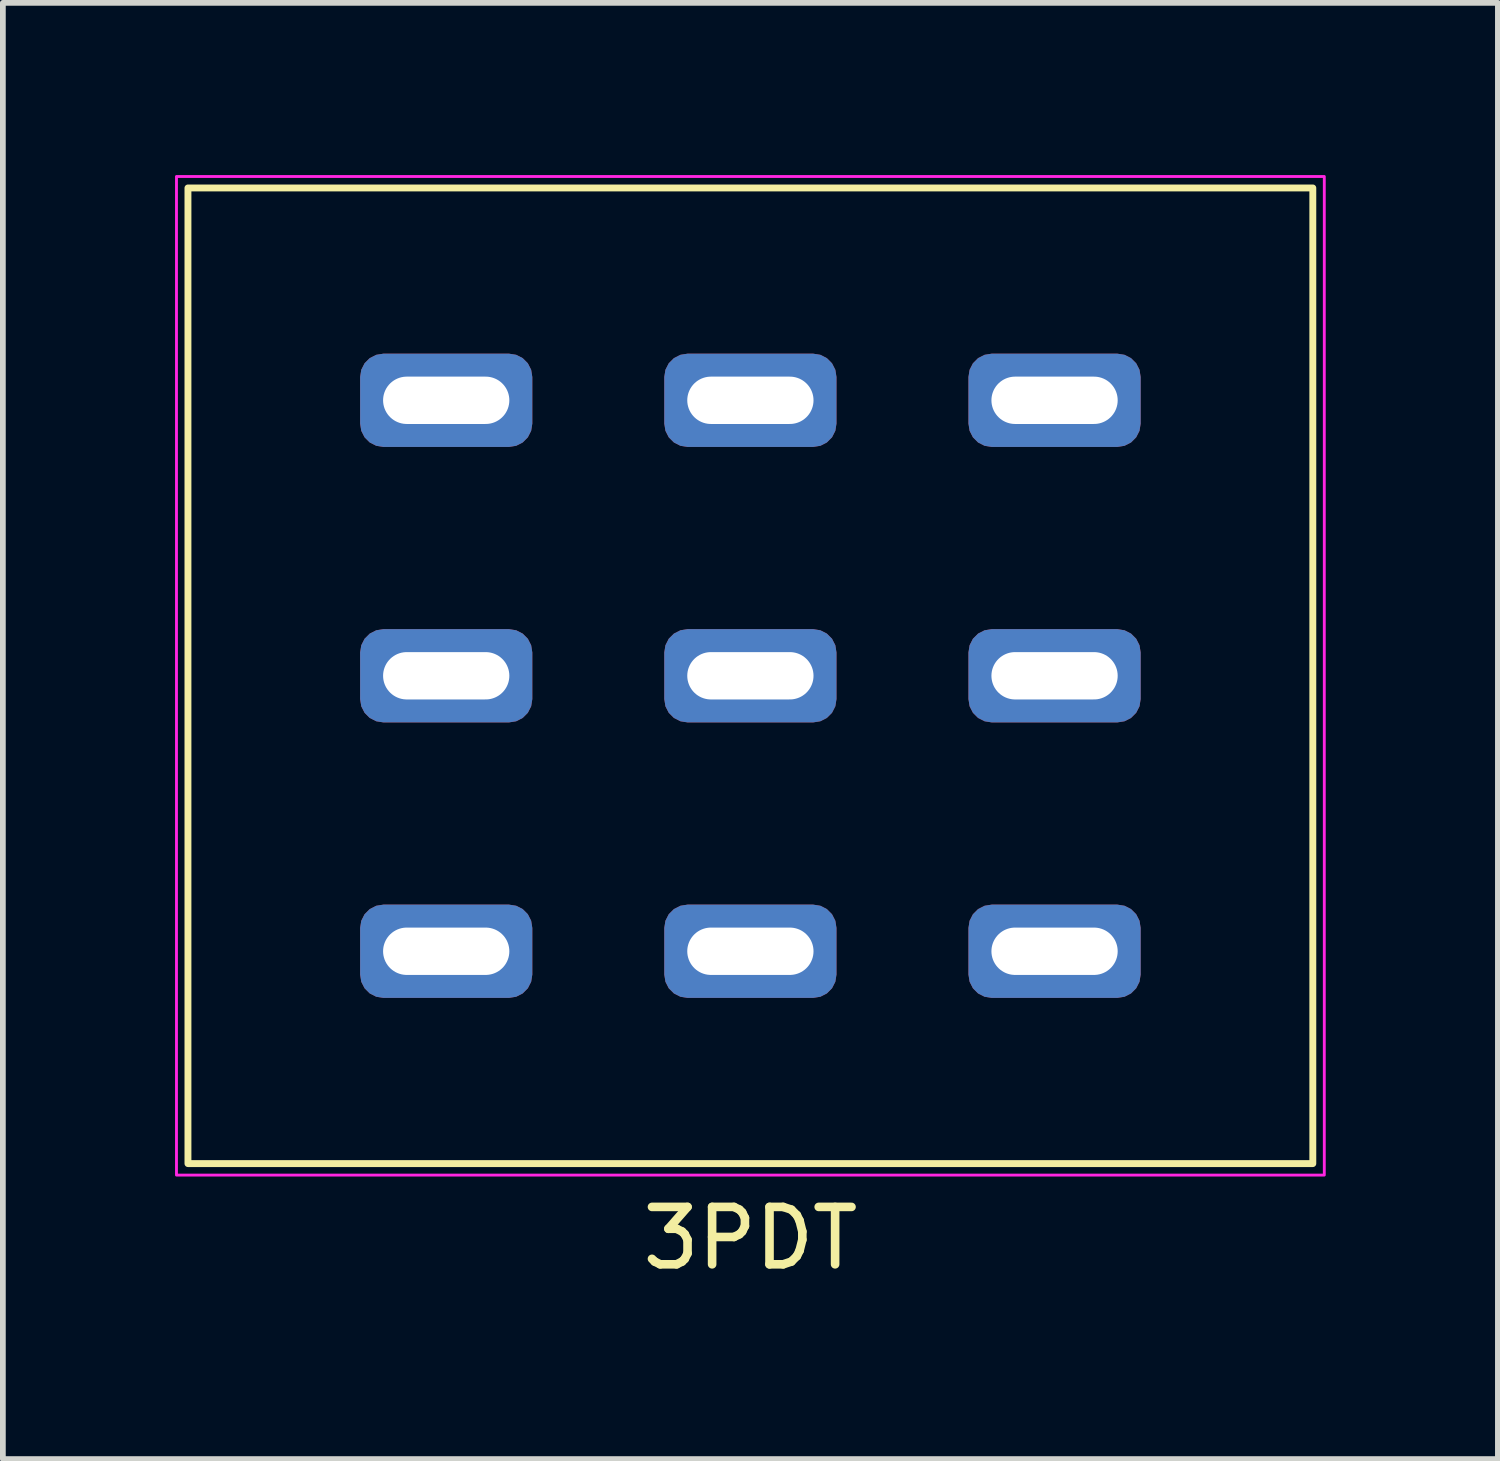
<source format=kicad_pcb>
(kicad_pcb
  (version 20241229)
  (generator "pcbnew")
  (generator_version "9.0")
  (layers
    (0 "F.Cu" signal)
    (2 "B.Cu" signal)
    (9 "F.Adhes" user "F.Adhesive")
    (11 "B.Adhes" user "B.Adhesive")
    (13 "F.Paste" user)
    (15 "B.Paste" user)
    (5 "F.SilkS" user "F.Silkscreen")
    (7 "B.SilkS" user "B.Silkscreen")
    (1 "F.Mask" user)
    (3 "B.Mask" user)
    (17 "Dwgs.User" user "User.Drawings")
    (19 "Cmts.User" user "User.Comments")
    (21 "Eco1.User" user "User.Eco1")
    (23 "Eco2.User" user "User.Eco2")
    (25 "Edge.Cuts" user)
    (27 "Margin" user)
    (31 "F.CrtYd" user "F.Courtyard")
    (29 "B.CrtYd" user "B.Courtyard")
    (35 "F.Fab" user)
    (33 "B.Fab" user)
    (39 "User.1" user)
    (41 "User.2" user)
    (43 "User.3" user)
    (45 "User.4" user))
  (footprint "3PDT"
    (layer "F.Cu")
    (at 10.025 8.725)
    (property "Reference" "3PDT" (at 0 9.8 0) (unlocked yes) (layer "F.SilkS") (effects (font (size 1 1) (thickness 0.15))))
    (attr smd)
    (fp_rect (start -9.8 -8.5) (end 9.8 8.5) (stroke (width 0.12) (type default)) (fill no) (layer "F.SilkS"))
    (fp_rect (start -10 -8.7) (end 10 8.7) (stroke (width 0.05) (type default)) (fill no) (layer "F.CrtYd"))
    (pad "1" thru_hole roundrect (at 5.3 -4.8) (size 3 1.625) (drill oval 2.2 0.825) (layers "*.Cu" "*.Mask") (roundrect_rratio 0.25))
    (pad "2" thru_hole roundrect (at 5.3 0) (size 3 1.625) (drill oval 2.2 0.825) (layers "*.Cu" "*.Mask") (roundrect_rratio 0.25))
    (pad "3" thru_hole roundrect (at 5.3 4.8) (size 3 1.625) (drill oval 2.2 0.825) (layers "*.Cu" "*.Mask") (roundrect_rratio 0.25))
    (pad "4" thru_hole roundrect (at 0 -4.8) (size 3 1.625) (drill oval 2.2 0.825) (layers "*.Cu" "*.Mask") (roundrect_rratio 0.25))
    (pad "5" thru_hole roundrect (at 0 0) (size 3 1.625) (drill oval 2.2 0.825) (layers "*.Cu" "*.Mask") (roundrect_rratio 0.25))
    (pad "6" thru_hole roundrect (at 0 4.8) (size 3 1.625) (drill oval 2.2 0.825) (layers "*.Cu" "*.Mask") (roundrect_rratio 0.25))
    (pad "7" thru_hole roundrect (at -5.3 -4.8) (size 3 1.625) (drill oval 2.2 0.825) (layers "*.Cu" "*.Mask") (roundrect_rratio 0.25))
    (pad "8" thru_hole roundrect (at -5.3 0) (size 3 1.625) (drill oval 2.2 0.825) (layers "*.Cu" "*.Mask") (roundrect_rratio 0.25))
    (pad "9" thru_hole roundrect (at -5.3 4.8) (size 3 1.625) (drill oval 2.2 0.825) (layers "*.Cu" "*.Mask") (roundrect_rratio 0.25)))
  (gr_rect
    (start -3 -3)
    (end 23.05 22.373)
    (stroke (width 0.1) (type default))
    (fill no)
    (layer "Edge.Cuts")))
</source>
